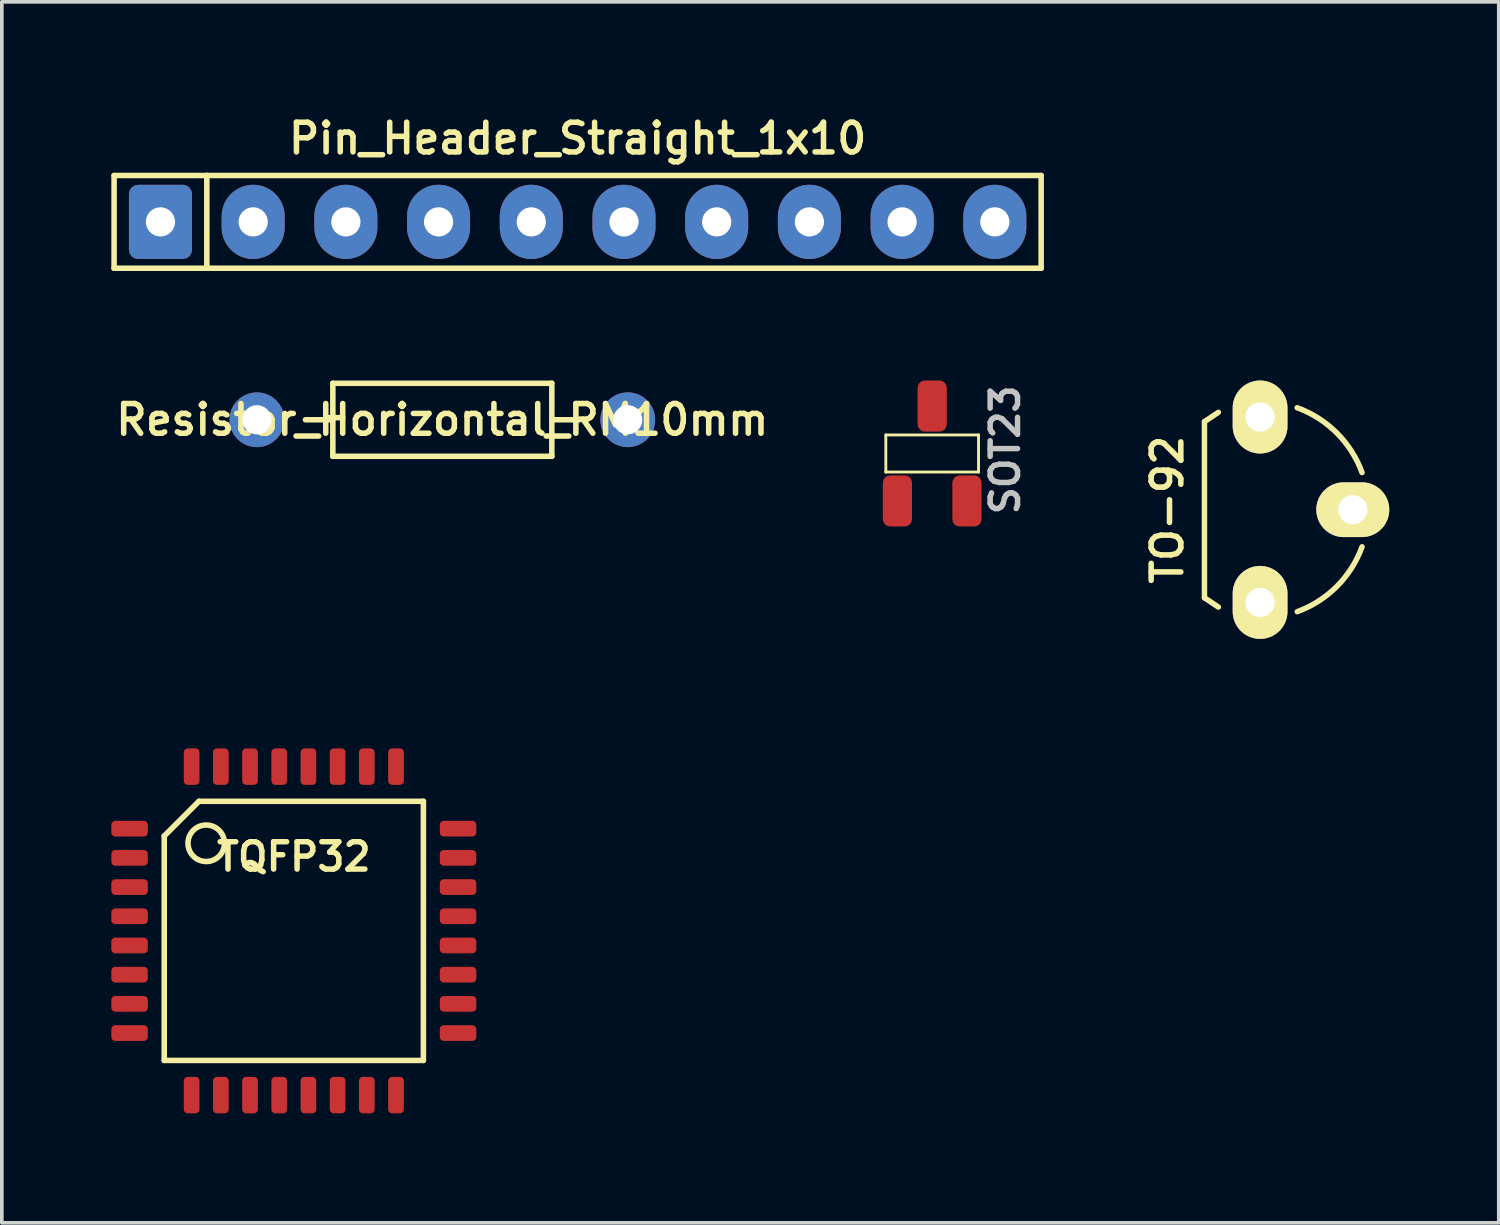
<source format=kicad_pcb>
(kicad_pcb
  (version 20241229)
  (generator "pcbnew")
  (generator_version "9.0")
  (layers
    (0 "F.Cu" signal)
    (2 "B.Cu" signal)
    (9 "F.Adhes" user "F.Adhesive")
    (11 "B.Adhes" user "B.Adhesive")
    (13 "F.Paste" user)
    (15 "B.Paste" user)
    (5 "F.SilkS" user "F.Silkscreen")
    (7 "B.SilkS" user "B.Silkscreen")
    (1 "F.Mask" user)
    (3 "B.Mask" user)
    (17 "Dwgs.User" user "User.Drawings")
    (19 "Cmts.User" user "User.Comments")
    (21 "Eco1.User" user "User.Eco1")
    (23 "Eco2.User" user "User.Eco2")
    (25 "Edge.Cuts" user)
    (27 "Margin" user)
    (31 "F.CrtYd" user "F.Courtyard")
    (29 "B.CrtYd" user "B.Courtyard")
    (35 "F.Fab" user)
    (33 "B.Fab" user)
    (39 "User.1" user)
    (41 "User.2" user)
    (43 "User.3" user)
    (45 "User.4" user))
  (footprint "SOT23"
    (layer "F.Cu")
    (at 22.49 9.375)
    (property "Reference" "SOT23" (at 1.999 -0.099 90) (layer "Dwgs.User") (effects (font (size 0.75 0.75) (thickness 0.15) (bold yes))))
    (attr through_hole)
    (fp_line (start -1.27 -0.508) (end -1.27 0.508) (stroke (width 0.079) (type solid)) (layer "F.SilkS"))
    (fp_line (start -1.27 -0.508) (end 1.27 -0.508) (stroke (width 0.079) (type solid)) (layer "F.SilkS"))
    (fp_line (start 1.27 -0.508) (end 1.27 0.508) (stroke (width 0.079) (type solid)) (layer "F.SilkS"))
    (fp_line (start 1.27 0.508) (end -1.27 0.508) (stroke (width 0.079) (type solid)) (layer "F.SilkS"))
    (pad "1" smd roundrect (at -0.953 1.3) (size 0.8 1.4) (layers "F.Cu" "F.Mask") (roundrect_rratio 0.25))
    (pad "2" smd roundrect (at 0.953 1.3) (size 0.8 1.4) (layers "F.Cu" "F.Mask") (roundrect_rratio 0.25))
    (pad "3" smd roundrect (at 0 -1.3) (size 0.8 1.4) (layers "F.Cu" "F.Mask") (roundrect_rratio 0.25)))
  (footprint "TO-92"
    (layer "F.Cu")
    (at 31.474 10.915)
    (property "Reference" "TO-92" (at -2.54 0 90) (layer "F.SilkS") (effects (font (size 0.813 0.813) (thickness 0.152))))
    (attr through_hole)
    (fp_line (start -1.524 -2.413) (end -1.143 -2.667) (stroke (width 0.15) (type solid)) (layer "F.SilkS"))
    (fp_line (start -1.524 2.413) (end -1.524 -2.413) (stroke (width 0.15) (type solid)) (layer "F.SilkS"))
    (fp_line (start -1.524 2.413) (end -1.143 2.667) (stroke (width 0.15) (type solid)) (layer "F.SilkS"))
    (fp_arc (start 1.016 -2.794) (mid 2.101604 -2.102844) (end 2.7934 -1.017647) (stroke (width 0.15) (type solid)) (layer "F.SilkS"))
    (fp_arc (start 2.794 1.016) (mid 2.102844 2.101604) (end 1.017647 2.7934) (stroke (width 0.15) (type solid)) (layer "F.SilkS"))
    (pad "1" thru_hole oval (at 0 -2.54) (size 1.501 1.999) (drill 0.8) (layers "*.Cu" "*.Mask" "F.SilkS"))
    (pad "2" thru_hole oval (at 2.54 0) (size 1.999 1.501) (drill 0.8) (layers "*.Cu" "*.Mask" "F.SilkS"))
    (pad "3" thru_hole oval (at 0 2.54) (size 1.501 1.999) (drill 0.8) (layers "*.Cu" "*.Mask" "F.SilkS")))
  (footprint "Pin_Header_Straight_1x10"
    (layer "F.Cu")
    (at 12.776 3.029)
    (property "Reference" "Pin_Header_Straight_1x10" (at 0 -2.286 0) (layer "F.SilkS") (effects (font (size 0.813 0.813) (thickness 0.152))))
    (attr through_hole)
    (fp_line (start -12.7 -1.27) (end -12.7 1.27) (stroke (width 0.152) (type solid)) (layer "F.SilkS"))
    (fp_line (start -12.7 -1.27) (end -10.16 -1.27) (stroke (width 0.152) (type solid)) (layer "F.SilkS"))
    (fp_line (start -12.7 1.27) (end -10.16 1.27) (stroke (width 0.152) (type solid)) (layer "F.SilkS"))
    (fp_line (start -10.16 -1.27) (end -10.16 1.27) (stroke (width 0.152) (type solid)) (layer "F.SilkS"))
    (fp_line (start -10.16 -1.27) (end 12.7 -1.27) (stroke (width 0.152) (type solid)) (layer "F.SilkS"))
    (fp_line (start 12.7 -1.27) (end 12.7 1.27) (stroke (width 0.152) (type solid)) (layer "F.SilkS"))
    (fp_line (start 12.7 1.27) (end -10.16 1.27) (stroke (width 0.152) (type solid)) (layer "F.SilkS"))
    (pad "1" thru_hole roundrect (at -11.43 0) (size 1.727 2.032) (drill 0.8) (layers "*.Cu" "*.Mask") (roundrect_rratio 0.145))
    (pad "2" thru_hole oval (at -8.89 0) (size 1.727 2.032) (drill 0.8) (layers "*.Cu" "*.Mask"))
    (pad "3" thru_hole oval (at -6.35 0) (size 1.727 2.032) (drill 0.8) (layers "*.Cu" "*.Mask"))
    (pad "4" thru_hole oval (at -3.81 0) (size 1.727 2.032) (drill 0.8) (layers "*.Cu" "*.Mask"))
    (pad "5" thru_hole oval (at -1.27 0) (size 1.727 2.032) (drill 0.8) (layers "*.Cu" "*.Mask"))
    (pad "6" thru_hole oval (at 1.27 0) (size 1.727 2.032) (drill 0.8) (layers "*.Cu" "*.Mask"))
    (pad "7" thru_hole oval (at 3.81 0) (size 1.727 2.032) (drill 0.8) (layers "*.Cu" "*.Mask"))
    (pad "8" thru_hole oval (at 6.35 0) (size 1.727 2.032) (drill 0.8) (layers "*.Cu" "*.Mask"))
    (pad "9" thru_hole oval (at 8.89 0) (size 1.727 2.032) (drill 0.8) (layers "*.Cu" "*.Mask"))
    (pad "10" thru_hole oval (at 11.43 0) (size 1.727 2.032) (drill 0.8) (layers "*.Cu" "*.Mask")))
  (footprint "Resistor_Horizontal_RM10mm"
    (layer "F.Cu")
    (at 9.069 8.451)
    (property "Reference" "Resistor_Horizontal_RM10mm" (at 0 0 0) (layer "F.SilkS") (effects (font (size 0.813 0.813) (thickness 0.152))))
    (attr through_hole)
    (fp_line (start -3 -1) (end -3 1) (stroke (width 0.152) (type solid)) (layer "F.SilkS"))
    (fp_line (start -3 0) (end -3.75 0) (stroke (width 0.152) (type solid)) (layer "F.SilkS"))
    (fp_line (start -3 1) (end 3 1) (stroke (width 0.152) (type solid)) (layer "F.SilkS"))
    (fp_line (start 3 -1) (end -3 -1) (stroke (width 0.152) (type solid)) (layer "F.SilkS"))
    (fp_line (start 3 0) (end 3.75 0) (stroke (width 0.152) (type solid)) (layer "F.SilkS"))
    (fp_line (start 3 1) (end 3 -1) (stroke (width 0.152) (type solid)) (layer "F.SilkS"))
    (pad "1" thru_hole circle (at -5.08 0) (size 1.5 1.5) (drill 0.8) (layers "*.Cu" "*.Mask"))
    (pad "2" thru_hole circle (at 5.08 0) (size 1.5 1.5) (drill 0.8) (layers "*.Cu" "*.Mask")))
  (footprint "TQFP32"
    (layer "F.Cu")
    (at 5 22.454)
    (property "Reference" "TQFP32" (at 0 -2.032 0) (layer "F.SilkS") (effects (font (size 0.75 0.75) (thickness 0.15) (bold yes))))
    (attr through_hole)
    (fp_line (start -3.55 -2.6) (end -3.55 3.55) (stroke (width 0.152) (type solid)) (layer "F.SilkS"))
    (fp_line (start -3.55 3.55) (end 3.55 3.55) (stroke (width 0.152) (type solid)) (layer "F.SilkS"))
    (fp_line (start -2.6 -3.55) (end -3.55 -2.6) (stroke (width 0.152) (type solid)) (layer "F.SilkS"))
    (fp_line (start -2.6 -3.55) (end 3.55 -3.55) (stroke (width 0.152) (type solid)) (layer "F.SilkS"))
    (fp_line (start 3.55 3.55) (end 3.55 -3.55) (stroke (width 0.152) (type solid)) (layer "F.SilkS"))
    (fp_circle (center -2.4 -2.4) (end -2.4 -1.9) (stroke (width 0.152) (type solid)) (fill no) (layer "F.SilkS"))
    (pad "1" smd roundrect (at -4.5 -2.8) (size 1 0.43) (layers "F.Cu" "F.Mask" "F.Paste") (roundrect_rratio 0.25))
    (pad "2" smd roundrect (at -4.5 -2) (size 1 0.43) (layers "F.Cu" "F.Mask" "F.Paste") (roundrect_rratio 0.25))
    (pad "3" smd roundrect (at -4.5 -1.2) (size 1 0.43) (layers "F.Cu" "F.Mask" "F.Paste") (roundrect_rratio 0.25))
    (pad "4" smd roundrect (at -4.5 -0.4) (size 1 0.43) (layers "F.Cu" "F.Mask" "F.Paste") (roundrect_rratio 0.25))
    (pad "5" smd roundrect (at -4.5 0.4) (size 1 0.43) (layers "F.Cu" "F.Mask" "F.Paste") (roundrect_rratio 0.25))
    (pad "6" smd roundrect (at -4.5 1.2) (size 1 0.43) (layers "F.Cu" "F.Mask" "F.Paste") (roundrect_rratio 0.25))
    (pad "7" smd roundrect (at -4.5 2) (size 1 0.43) (layers "F.Cu" "F.Mask" "F.Paste") (roundrect_rratio 0.25))
    (pad "8" smd roundrect (at -4.5 2.8) (size 1 0.43) (layers "F.Cu" "F.Mask" "F.Paste") (roundrect_rratio 0.25))
    (pad "9" smd roundrect (at -2.8 4.5) (size 0.43 1) (layers "F.Cu" "F.Mask" "F.Paste") (roundrect_rratio 0.25))
    (pad "10" smd roundrect (at -2 4.5) (size 0.43 1) (layers "F.Cu" "F.Mask" "F.Paste") (roundrect_rratio 0.25))
    (pad "11" smd roundrect (at -1.2 4.5) (size 0.43 1) (layers "F.Cu" "F.Mask" "F.Paste") (roundrect_rratio 0.25))
    (pad "12" smd roundrect (at -0.4 4.5) (size 0.43 1) (layers "F.Cu" "F.Mask" "F.Paste") (roundrect_rratio 0.25))
    (pad "13" smd roundrect (at 0.4 4.5) (size 0.43 1) (layers "F.Cu" "F.Mask" "F.Paste") (roundrect_rratio 0.25))
    (pad "14" smd roundrect (at 1.2 4.5) (size 0.43 1) (layers "F.Cu" "F.Mask" "F.Paste") (roundrect_rratio 0.25))
    (pad "15" smd roundrect (at 2 4.5) (size 0.43 1) (layers "F.Cu" "F.Mask" "F.Paste") (roundrect_rratio 0.25))
    (pad "16" smd roundrect (at 2.8 4.5) (size 0.43 1) (layers "F.Cu" "F.Mask" "F.Paste") (roundrect_rratio 0.25))
    (pad "17" smd roundrect (at 4.5 2.8) (size 1 0.43) (layers "F.Cu" "F.Mask" "F.Paste") (roundrect_rratio 0.25))
    (pad "18" smd roundrect (at 4.5 2) (size 1 0.43) (layers "F.Cu" "F.Mask" "F.Paste") (roundrect_rratio 0.25))
    (pad "19" smd roundrect (at 4.5 1.2) (size 1 0.43) (layers "F.Cu" "F.Mask" "F.Paste") (roundrect_rratio 0.25))
    (pad "20" smd roundrect (at 4.5 0.4) (size 1 0.43) (layers "F.Cu" "F.Mask" "F.Paste") (roundrect_rratio 0.25))
    (pad "21" smd roundrect (at 4.5 -0.4) (size 1 0.43) (layers "F.Cu" "F.Mask" "F.Paste") (roundrect_rratio 0.25))
    (pad "22" smd roundrect (at 4.5 -1.2) (size 1 0.43) (layers "F.Cu" "F.Mask" "F.Paste") (roundrect_rratio 0.25))
    (pad "23" smd roundrect (at 4.5 -2) (size 1 0.43) (layers "F.Cu" "F.Mask" "F.Paste") (roundrect_rratio 0.25))
    (pad "24" smd roundrect (at 4.5 -2.8) (size 1 0.43) (layers "F.Cu" "F.Mask" "F.Paste") (roundrect_rratio 0.25))
    (pad "25" smd roundrect (at 2.8 -4.5) (size 0.43 1) (layers "F.Cu" "F.Mask" "F.Paste") (roundrect_rratio 0.25))
    (pad "26" smd roundrect (at 2 -4.5) (size 0.43 1) (layers "F.Cu" "F.Mask" "F.Paste") (roundrect_rratio 0.25))
    (pad "27" smd roundrect (at 1.2 -4.5) (size 0.43 1) (layers "F.Cu" "F.Mask" "F.Paste") (roundrect_rratio 0.25))
    (pad "28" smd roundrect (at 0.4 -4.5) (size 0.43 1) (layers "F.Cu" "F.Mask" "F.Paste") (roundrect_rratio 0.25))
    (pad "29" smd roundrect (at -0.4 -4.5) (size 0.43 1) (layers "F.Cu" "F.Mask" "F.Paste") (roundrect_rratio 0.25))
    (pad "30" smd roundrect (at -1.2 -4.5) (size 0.43 1) (layers "F.Cu" "F.Mask" "F.Paste") (roundrect_rratio 0.25))
    (pad "31" smd roundrect (at -2 -4.5) (size 0.43 1) (layers "F.Cu" "F.Mask" "F.Paste") (roundrect_rratio 0.25))
    (pad "32" smd roundrect (at -2.8 -4.5) (size 0.43 1) (layers "F.Cu" "F.Mask" "F.Paste") (roundrect_rratio 0.25)))
  (gr_rect
    (start -3 -3)
    (end 38.013 30.454)
    (stroke (width 0.1) (type default))
    (fill no)
    (layer "Edge.Cuts")))
</source>
